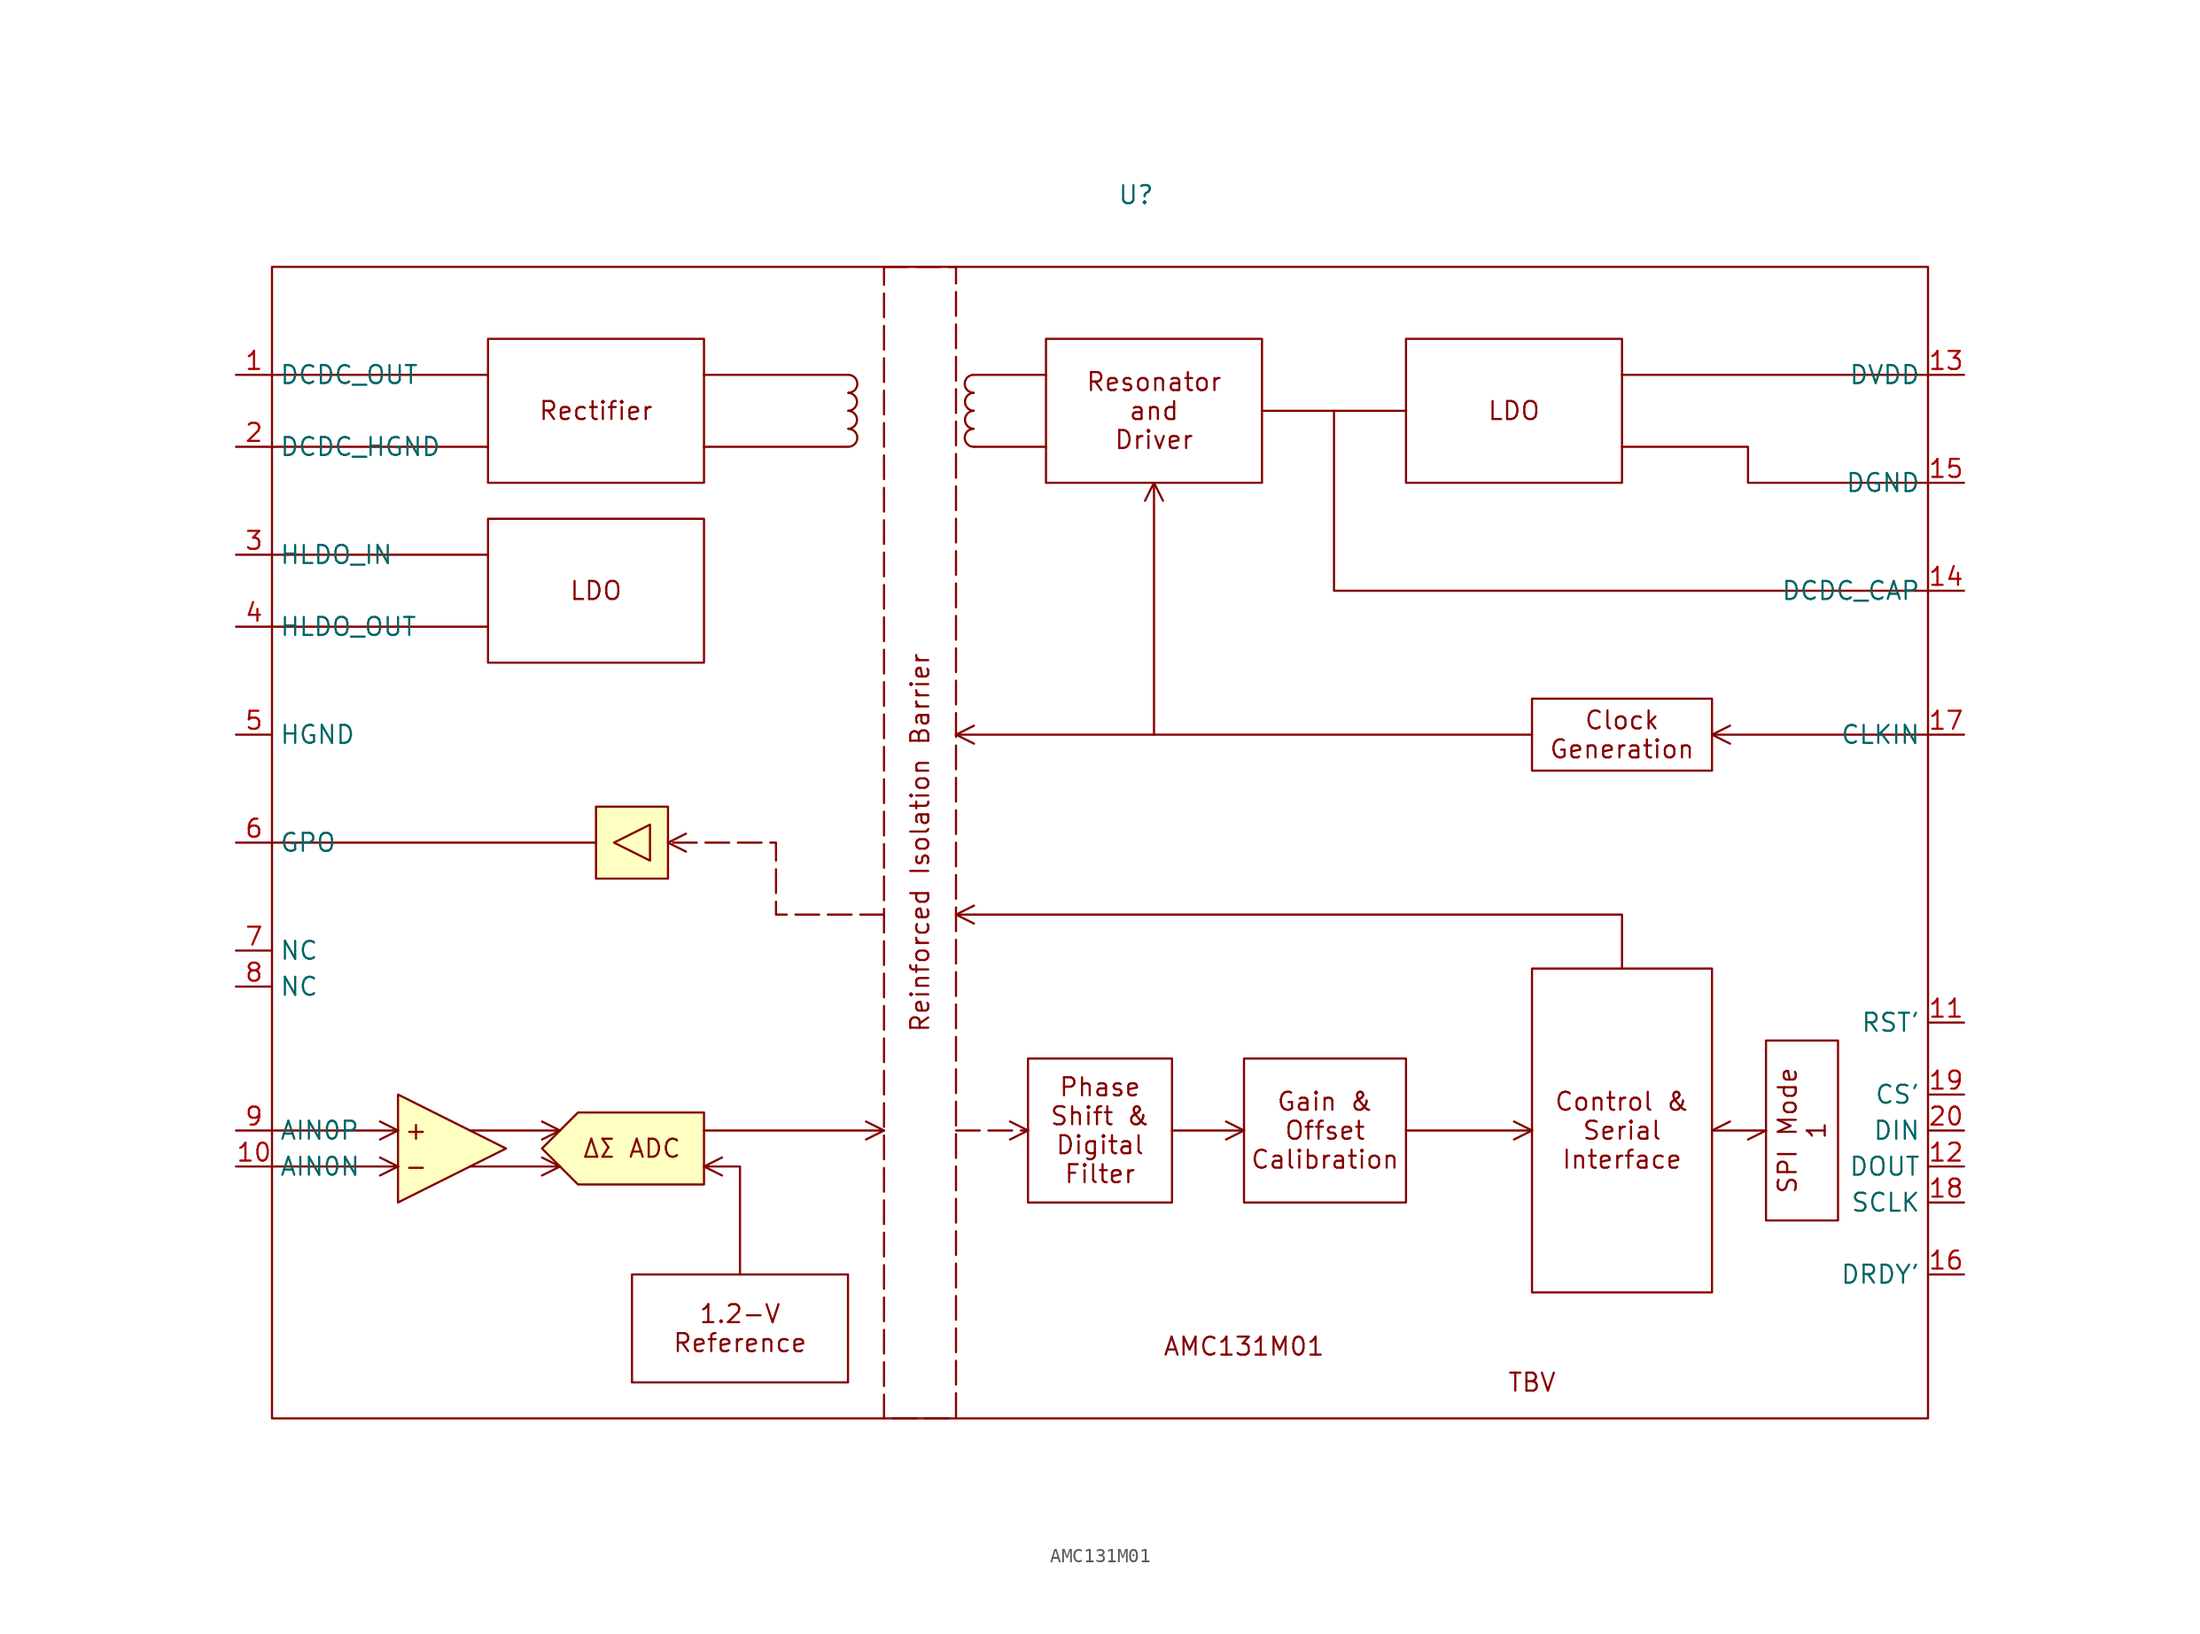
<source format=kicad_sym>
(kicad_symbol_lib
  (version 20220914)
  (generator kicad_symbol_editor)
  (symbol "AMC131M01"
    (property "Reference" "U"
      (at 33.02 66.04 0)
      (effects (font (size 1.27 1.27))))
    (property "Value" ""
      (at 86.36 0 0)
      (effects (font (size 1.27 1.27))))
    (symbol "AMC131M01_1_1"
      (rectangle (start -27.94 60.96) (end 88.9 -20.32) (stroke (width 0) (type default)) (fill (type none)))
      (rectangle (start -5.08 22.86) (end 0 17.78) (stroke (width 0) (type default)) (fill (type background)))
      (polyline (pts (xy -27.94 -2.54) (xy -19.05 -2.54)) (stroke (width 0) (type default)) (fill (type none)))
      (polyline (pts (xy -27.94 0) (xy -19.05 0)) (stroke (width 0) (type default)) (fill (type none)))
      (polyline (pts (xy -27.94 20.32) (xy -5.08 20.32)) (stroke (width 0) (type default)) (fill (type none)))
      (polyline (pts (xy -27.94 35.56) (xy -12.7 35.56)) (stroke (width 0) (type default)) (fill (type color) (color 0 0 0 0)))
      (polyline (pts (xy -27.94 40.64) (xy -12.7 40.64)) (stroke (width 0) (type default)) (fill (type color) (color 0 0 0 0)))
      (polyline (pts (xy -27.94 48.26) (xy -12.7 48.26)) (stroke (width 0) (type default)) (fill (type color) (color 0 0 0 0)))
      (polyline (pts (xy -27.94 53.34) (xy -12.7 53.34)) (stroke (width 0) (type default)) (fill (type color) (color 0 0 0 0)))
      (polyline (pts (xy -19.05 -2.54) (xy -20.32 -3.175)) (stroke (width 0) (type default)) (fill (type color) (color 0 0 0 0)))
      (polyline (pts (xy -19.05 -2.54) (xy -20.32 -1.905)) (stroke (width 0) (type default)) (fill (type color) (color 0 0 0 0)))
      (polyline (pts (xy -19.05 0) (xy -20.32 -0.635)) (stroke (width 0) (type default)) (fill (type color) (color 0 0 0 0)))
      (polyline (pts (xy -19.05 0) (xy -20.32 0.635)) (stroke (width 0) (type default)) (fill (type color) (color 0 0 0 0)))
      (polyline (pts (xy -13.97 -2.54) (xy -7.62 -2.54)) (stroke (width 0) (type default)) (fill (type none)))
      (polyline (pts (xy -13.97 0) (xy -7.62 0)) (stroke (width 0) (type default)) (fill (type none)))
      (polyline (pts (xy -7.62 -2.54) (xy -8.89 -3.175)) (stroke (width 0) (type default)) (fill (type color) (color 0 0 0 0)))
      (polyline (pts (xy -7.62 -2.54) (xy -8.89 -1.905)) (stroke (width 0) (type default)) (fill (type color) (color 0 0 0 0)))
      (polyline (pts (xy -7.62 0) (xy -8.89 -0.635)) (stroke (width 0) (type default)) (fill (type color) (color 0 0 0 0)))
      (polyline (pts (xy -7.62 0) (xy -8.89 0.635)) (stroke (width 0) (type default)) (fill (type color) (color 0 0 0 0)))
      (polyline (pts (xy 0 20.32) (xy 1.27 19.685)) (stroke (width 0) (type default)) (fill (type color) (color 0 0 0 0)))
      (polyline (pts (xy 0 20.32) (xy 1.27 20.955)) (stroke (width 0) (type default)) (fill (type color) (color 0 0 0 0)))
      (polyline (pts (xy 2.54 -2.54) (xy 3.81 -3.175)) (stroke (width 0) (type default)) (fill (type color) (color 0 0 0 0)))
      (polyline (pts (xy 2.54 -2.54) (xy 3.81 -1.905)) (stroke (width 0) (type default)) (fill (type color) (color 0 0 0 0)))
      (polyline (pts (xy 2.54 0) (xy 15.24 0)) (stroke (width 0) (type default)) (fill (type color) (color 0 0 0 0)))
      (polyline (pts (xy 2.54 48.26) (xy 12.7 48.26)) (stroke (width 0) (type default)) (fill (type color) (color 0 0 0 0)))
      (polyline (pts (xy 2.54 53.34) (xy 12.7 53.34)) (stroke (width 0) (type default)) (fill (type color) (color 0 0 0 0)))
      (polyline (pts (xy 15.24 0) (xy 13.97 -0.635)) (stroke (width 0) (type default)) (fill (type color) (color 0 0 0 0)))
      (polyline (pts (xy 15.24 0) (xy 13.97 0.635)) (stroke (width 0) (type default)) (fill (type color) (color 0 0 0 0)))
      (polyline (pts (xy 20.32 0) (xy 25.4 0)) (stroke (width 0) (type default)) (fill (type color) (color 0 0 0 0)))
      (polyline (pts (xy 20.32 15.24) (xy 21.59 14.605)) (stroke (width 0) (type default)) (fill (type color) (color 0 0 0 0)))
      (polyline (pts (xy 20.32 15.24) (xy 21.59 15.875)) (stroke (width 0) (type default)) (fill (type color) (color 0 0 0 0)))
      (polyline (pts (xy 20.32 27.94) (xy 21.59 27.305)) (stroke (width 0) (type default)) (fill (type color) (color 0 0 0 0)))
      (polyline (pts (xy 20.32 27.94) (xy 21.59 28.575)) (stroke (width 0) (type default)) (fill (type color) (color 0 0 0 0)))
      (polyline (pts (xy 25.4 0) (xy 24.13 -0.635)) (stroke (width 0) (type default)) (fill (type color) (color 0 0 0 0)))
      (polyline (pts (xy 25.4 0) (xy 24.13 0.635)) (stroke (width 0) (type default)) (fill (type color) (color 0 0 0 0)))
      (polyline (pts (xy 26.67 48.26) (xy 21.59 48.26)) (stroke (width 0) (type default)) (fill (type color) (color 0 0 0 0)))
      (polyline (pts (xy 26.67 53.34) (xy 21.59 53.34)) (stroke (width 0) (type default)) (fill (type color) (color 0 0 0 0)))
      (polyline (pts (xy 34.29 45.72) (xy 33.655 44.45)) (stroke (width 0) (type default)) (fill (type color) (color 0 0 0 0)))
      (polyline (pts (xy 34.29 45.72) (xy 34.29 27.94)) (stroke (width 0) (type default)) (fill (type color) (color 0 0 0 0)))
      (polyline (pts (xy 34.29 45.72) (xy 34.925 44.45)) (stroke (width 0) (type default)) (fill (type color) (color 0 0 0 0)))
      (polyline (pts (xy 35.56 0) (xy 40.64 0)) (stroke (width 0) (type default)) (fill (type color) (color 0 0 0 0)))
      (polyline (pts (xy 40.64 0) (xy 39.37 -0.635)) (stroke (width 0) (type default)) (fill (type color) (color 0 0 0 0)))
      (polyline (pts (xy 40.64 0) (xy 39.37 0.635)) (stroke (width 0) (type default)) (fill (type color) (color 0 0 0 0)))
      (polyline (pts (xy 41.91 50.8) (xy 52.07 50.8)) (stroke (width 0) (type default)) (fill (type color) (color 0 0 0 0)))
      (polyline (pts (xy 52.07 0) (xy 60.96 0)) (stroke (width 0) (type default)) (fill (type color) (color 0 0 0 0)))
      (polyline (pts (xy 60.96 0) (xy 59.69 -0.635)) (stroke (width 0) (type default)) (fill (type color) (color 0 0 0 0)))
      (polyline (pts (xy 60.96 0) (xy 59.69 0.635)) (stroke (width 0) (type default)) (fill (type color) (color 0 0 0 0)))
      (polyline (pts (xy 60.96 27.94) (xy 20.32 27.94)) (stroke (width 0) (type default)) (fill (type color) (color 0 0 0 0)))
      (polyline (pts (xy 73.66 0) (xy 74.93 0.635)) (stroke (width 0) (type default)) (fill (type color) (color 0 0 0 0)))
      (polyline (pts (xy 73.66 27.94) (xy 74.93 27.305)) (stroke (width 0) (type default)) (fill (type color) (color 0 0 0 0)))
      (polyline (pts (xy 73.66 27.94) (xy 74.93 28.575)) (stroke (width 0) (type default)) (fill (type color) (color 0 0 0 0)))
      (polyline (pts (xy 73.66 27.94) (xy 88.9 27.94)) (stroke (width 0) (type default)) (fill (type color) (color 0 0 0 0)))
      (polyline (pts (xy 77.47 0) (xy 73.66 0)) (stroke (width 0) (type default)) (fill (type color) (color 0 0 0 0)))
      (polyline (pts (xy 77.47 0) (xy 76.2 -0.635)) (stroke (width 0) (type default)) (fill (type color) (color 0 0 0 0)))
      (polyline (pts (xy 5.08 -10.16) (xy 5.08 -2.54) (xy 2.54 -2.54)) (stroke (width 0) (type default)) (fill (type color) (color 0 0 0 0)))
      (polyline (pts (xy 67.31 11.43) (xy 67.31 15.24) (xy 20.32 15.24)) (stroke (width 0) (type default)) (fill (type none)))
      (polyline (pts (xy 88.9 38.1) (xy 46.99 38.1) (xy 46.99 50.8)) (stroke (width 0) (type default)) (fill (type none)))
      (polyline (pts (xy -19.05 -5.08) (xy -11.43 -1.27) (xy -19.05 2.54) (xy -19.05 -5.08)) (stroke (width 0) (type default)) (fill (type background)))
      (polyline (pts (xy -1.27 21.59) (xy -1.27 19.05) (xy -3.81 20.32) (xy -1.27 21.59)) (stroke (width 0) (type default)) (fill (type none)))
      (polyline (pts (xy 15.24 15.24) (xy 7.62 15.24) (xy 7.62 20.32) (xy 0 20.32)) (stroke (width 0) (type default)) (fill (type color) (color 0 0 0 0)))
      (polyline (pts (xy 88.9 53.34) (xy 83.82 53.34) (xy 82.55 53.34) (xy 67.31 53.34)) (stroke (width 0) (type default)) (fill (type color) (color 0 0 0 0)))
      (polyline (pts (xy 88.9 45.72) (xy 76.2 45.72) (xy 76.2 48.26) (xy 76.2 48.26) (xy 67.31 48.26)) (stroke (width 0) (type default)) (fill (type color) (color 0 0 0 0)))
      (polyline (pts (xy -8.89 -1.27) (xy -6.35 1.27) (xy 2.54 1.27) (xy 2.54 -3.81) (xy -6.35 -3.81) (xy -8.89 -1.27)) (stroke (width 0) (type default)) (fill (type background)))
      (arc (start 12.7195 49.53) (mid 13.3358 50.165) (end 12.7195 50.8) (stroke (width 0) (type default)) (fill (type color) (color 0 0 0 0)))
      (arc (start 12.7195 50.8) (mid 13.3353 51.435) (end 12.7195 52.07) (stroke (width 0) (type default)) (fill (type color) (color 0 0 0 0)))
      (arc (start 12.7385 48.26) (mid 13.3548 48.895) (end 12.7385 49.53) (stroke (width 0) (type default)) (fill (type color) (color 0 0 0 0)))
      (arc (start 12.7385 52.07) (mid 13.3548 52.705) (end 12.7385 53.34) (stroke (width 0) (type default)) (fill (type color) (color 0 0 0 0)))
      (rectangle (start 15.24 60.96) (end 20.32 -20.32) (stroke (width 0) (type dash)) (fill (type none)))
      (arc (start 21.5515 49.53) (mid 20.9347 48.895) (end 21.5515 48.26) (stroke (width 0) (type default)) (fill (type color) (color 0 0 0 0)))
      (arc (start 21.5515 53.34) (mid 20.9347 52.705) (end 21.5515 52.07) (stroke (width 0) (type default)) (fill (type color) (color 0 0 0 0)))
      (arc (start 21.5705 50.8) (mid 20.9537 50.165) (end 21.5705 49.53) (stroke (width 0) (type default)) (fill (type color) (color 0 0 0 0)))
      (arc (start 21.5705 52.07) (mid 20.9547 51.435) (end 21.5705 50.8) (stroke (width 0) (type default)) (fill (type color) (color 0 0 0 0)))
      (text "+" (at -17.78 0 0) (effects (font (size 1.27 1.27))))
      (text "-" (at -17.78 -2.54 0) (effects (font (size 1.27 1.27))))
      (text "AMC131M01" (at 40.64 -15.24 0) (effects (font (size 1.27 1.27))))
      (text "Reinforced Isolation Barrier" (at 17.78 20.32 900) (effects (font (size 1.27 1.27))))
      (text "TBV" (at 60.96 -17.78 0) (effects (font (size 1.27 1.27))))
      (text "ΔΣ ADC" (at -2.54 -1.27 0) (effects (font (size 1.27 1.27))))
      (text_box "1.2-V\nReference" (at -2.54 -10.16 0) (size 15.24 -7.62) (stroke (width 0) (type default)) (fill (type color) (color 0 0 0 0)) (effects (font (size 1.27 1.27))))
      (text_box "Clock\nGeneration" (at 60.96 30.48 0) (size 12.7 -5.08) (stroke (width 0) (type default)) (fill (type color) (color 0 0 0 0)) (effects (font (size 1.27 1.27))))
      (text_box "Control &\nSerial\nInterface" (at 60.96 11.43 0) (size 12.7 -22.86) (stroke (width 0) (type default)) (fill (type color) (color 0 0 0 0)) (effects (font (size 1.27 1.27))))
      (text_box "Gain & Offset Calibration" (at 40.64 5.08 0) (size 11.43 -10.16) (stroke (width 0) (type default)) (fill (type color) (color 0 0 0 0)) (effects (font (size 1.27 1.27))))
      (text_box "LDO" (at -12.7 43.18 0) (size 15.24 -10.16) (stroke (width 0) (type default)) (fill (type color) (color 0 0 0 0)) (effects (font (size 1.27 1.27))))
      (text_box "LDO" (at 52.07 55.88 0) (size 15.24 -10.16) (stroke (width 0) (type default)) (fill (type color) (color 0 0 0 0)) (effects (font (size 1.27 1.27))))
      (text_box "Phase Shift &\nDigital Filter" (at 25.4 5.08 0) (size 10.16 -10.16) (stroke (width 0) (type default)) (fill (type color) (color 0 0 0 0)) (effects (font (size 1.27 1.27))))
      (text_box "Rectifier" (at -12.7 55.88 0) (size 15.24 -10.16) (stroke (width 0) (type default)) (fill (type color) (color 0 0 0 0)) (effects (font (size 1.27 1.27))))
      (text_box "Resonator and\nDriver" (at 26.67 55.88 0) (size 15.24 -10.16) (stroke (width 0) (type default)) (fill (type color) (color 0 0 0 0)) (effects (font (size 1.27 1.27))))
      (text_box "SPI Mode 1" (at 77.47 6.35 90) (size 5.08 -12.7) (stroke (width 0) (type default)) (fill (type color) (color 0 0 0 0)) (effects (font (size 1.27 1.27))))
      (pin input line (at -30.48 53.34 0) (length 2.54) (name "DCDC_OUT" (effects (font (size 1.27 1.27)))) (number "1" (effects (font (size 1.27 1.27)))))
      (pin input line (at -30.48 -2.54 0) (length 2.54) (name "AIN0N" (effects (font (size 1.27 1.27)))) (number "10" (effects (font (size 1.27 1.27)))))
      (pin input line (at 91.44 7.62 180) (length 2.54) (name "RST'" (effects (font (size 1.27 1.27)))) (number "11" (effects (font (size 1.27 1.27)))))
      (pin input line (at 91.44 -2.54 180) (length 2.54) (name "DOUT" (effects (font (size 1.27 1.27)))) (number "12" (effects (font (size 1.27 1.27)))))
      (pin input line (at 91.44 53.34 180) (length 2.54) (name "DVDD" (effects (font (size 1.27 1.27)))) (number "13" (effects (font (size 1.27 1.27)))))
      (pin input line (at 91.44 38.1 180) (length 2.54) (name "DCDC_CAP" (effects (font (size 1.27 1.27)))) (number "14" (effects (font (size 1.27 1.27)))))
      (pin input line (at 91.44 45.72 180) (length 2.54) (name "DGND" (effects (font (size 1.27 1.27)))) (number "15" (effects (font (size 1.27 1.27)))))
      (pin input line (at 91.44 -10.16 180) (length 2.54) (name "DRDY'" (effects (font (size 1.27 1.27)))) (number "16" (effects (font (size 1.27 1.27)))))
      (pin input line (at 91.44 27.94 180) (length 2.54) (name "CLKIN" (effects (font (size 1.27 1.27)))) (number "17" (effects (font (size 1.27 1.27)))))
      (pin input line (at 91.44 -5.08 180) (length 2.54) (name "SCLK" (effects (font (size 1.27 1.27)))) (number "18" (effects (font (size 1.27 1.27)))))
      (pin input line (at 91.44 2.54 180) (length 2.54) (name "CS'" (effects (font (size 1.27 1.27)))) (number "19" (effects (font (size 1.27 1.27)))))
      (pin input line (at -30.48 48.26 0) (length 2.54) (name "DCDC_HGND" (effects (font (size 1.27 1.27)))) (number "2" (effects (font (size 1.27 1.27)))))
      (pin input line (at 91.44 0 180) (length 2.54) (name "DIN" (effects (font (size 1.27 1.27)))) (number "20" (effects (font (size 1.27 1.27)))))
      (pin input line (at -30.48 40.64 0) (length 2.54) (name "HLDO_IN" (effects (font (size 1.27 1.27)))) (number "3" (effects (font (size 1.27 1.27)))))
      (pin input line (at -30.48 35.56 0) (length 2.54) (name "HLDO_OUT" (effects (font (size 1.27 1.27)))) (number "4" (effects (font (size 1.27 1.27)))))
      (pin input line (at -30.48 27.94 0) (length 2.54) (name "HGND" (effects (font (size 1.27 1.27)))) (number "5" (effects (font (size 1.27 1.27)))))
      (pin input line (at -30.48 20.32 0) (length 2.54) (name "GPO" (effects (font (size 1.27 1.27)))) (number "6" (effects (font (size 1.27 1.27)))))
      (pin input line (at -30.48 12.7 0) (length 2.54) (name "NC" (effects (font (size 1.27 1.27)))) (number "7" (effects (font (size 1.27 1.27)))))
      (pin input line (at -30.48 10.16 0) (length 2.54) (name "NC" (effects (font (size 1.27 1.27)))) (number "8" (effects (font (size 1.27 1.27)))))
      (pin input line (at -30.48 0 0) (length 2.54) (name "AIN0P" (effects (font (size 1.27 1.27)))) (number "9" (effects (font (size 1.27 1.27))))))))
</source>
